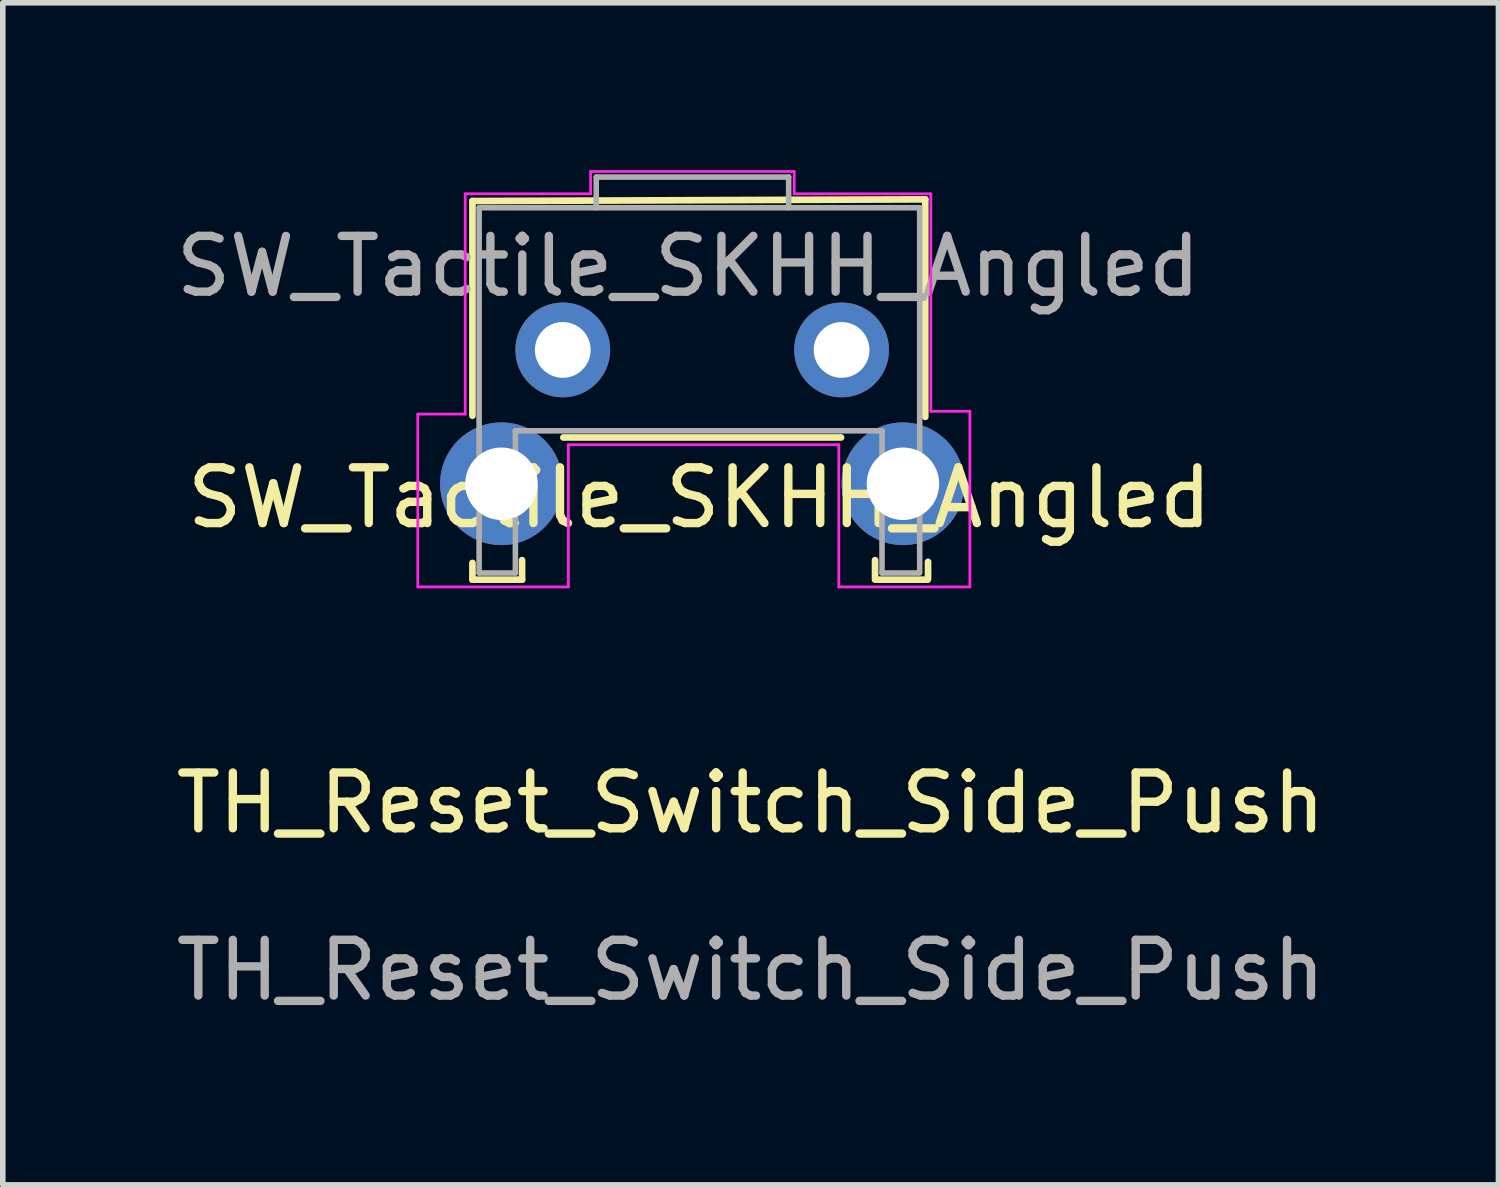
<source format=kicad_pcb>
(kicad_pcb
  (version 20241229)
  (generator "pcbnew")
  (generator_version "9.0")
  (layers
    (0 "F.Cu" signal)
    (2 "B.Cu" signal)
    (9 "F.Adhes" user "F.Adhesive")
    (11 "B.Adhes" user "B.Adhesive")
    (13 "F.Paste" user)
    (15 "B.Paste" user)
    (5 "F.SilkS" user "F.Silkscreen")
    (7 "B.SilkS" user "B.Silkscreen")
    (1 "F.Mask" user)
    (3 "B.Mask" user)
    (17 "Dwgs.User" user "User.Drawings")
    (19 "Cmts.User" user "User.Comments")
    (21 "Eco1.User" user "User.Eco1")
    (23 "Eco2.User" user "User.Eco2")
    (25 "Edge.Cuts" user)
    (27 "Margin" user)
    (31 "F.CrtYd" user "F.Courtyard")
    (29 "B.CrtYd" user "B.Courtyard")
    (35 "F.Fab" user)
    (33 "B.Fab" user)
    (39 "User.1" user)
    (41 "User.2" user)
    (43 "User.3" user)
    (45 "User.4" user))
  (footprint "SW_Tactile_SKHH_Angled"
    (layer "F.Cu")
    (at 7.042 3.225)
    (property "Reference" "SW_Tactile_SKHH_Angled" (at 2.45 2.65 0) (layer "F.SilkS") (effects (font (size 1 1) (thickness 0.15))))
    (attr through_hole)
    (fp_line (start -1.62 -2.67) (end -1.62 1.18) (stroke (width 0.12) (type solid)) (layer "F.SilkS"))
    (fp_line (start -1.62 3.82) (end -1.62 4.12) (stroke (width 0.12) (type solid)) (layer "F.SilkS"))
    (fp_line (start -0.73 4.12) (end -1.62 4.12) (stroke (width 0.12) (type solid)) (layer "F.SilkS"))
    (fp_line (start -0.73 4.12) (end -0.73 3.77) (stroke (width 0.12) (type solid)) (layer "F.SilkS"))
    (fp_line (start 0.01 1.57) (end 4.99 1.57) (stroke (width 0.12) (type solid)) (layer "F.SilkS"))
    (fp_line (start 5.6 4.12) (end 5.6 3.77) (stroke (width 0.12) (type solid)) (layer "F.SilkS"))
    (fp_line (start 6.5 -2.7) (end -1.62 -2.67) (stroke (width 0.12) (type solid)) (layer "F.SilkS"))
    (fp_line (start 6.5 1.2) (end 6.5 -2.7) (stroke (width 0.12) (type solid)) (layer "F.SilkS"))
    (fp_line (start 6.545 4.12) (end 5.655 4.12) (stroke (width 0.12) (type solid)) (layer "F.SilkS"))
    (fp_line (start 6.55 3.8) (end 6.55 4.1) (stroke (width 0.12) (type solid)) (layer "F.SilkS"))
    (fp_line (start -2.6 1.15) (end -1.75 1.15) (stroke (width 0.05) (type solid)) (layer "F.CrtYd"))
    (fp_line (start -2.6 4.25) (end -2.6 1.15) (stroke (width 0.05) (type solid)) (layer "F.CrtYd"))
    (fp_line (start -1.75 1.15) (end -1.75 -2.8) (stroke (width 0.05) (type solid)) (layer "F.CrtYd"))
    (fp_line (start 0.1 1.7) (end 4.95 1.7) (stroke (width 0.05) (type solid)) (layer "F.CrtYd"))
    (fp_line (start 0.1 4.25) (end -2.6 4.25) (stroke (width 0.05) (type solid)) (layer "F.CrtYd"))
    (fp_line (start 0.1 4.25) (end 0.1 1.7) (stroke (width 0.05) (type solid)) (layer "F.CrtYd"))
    (fp_line (start 0.5 -3.2) (end 0.5 -2.8) (stroke (width 0.05) (type solid)) (layer "F.CrtYd"))
    (fp_line (start 0.5 -2.8) (end -1.75 -2.8) (stroke (width 0.05) (type solid)) (layer "F.CrtYd"))
    (fp_line (start 4.15 -3.2) (end 0.5 -3.2) (stroke (width 0.05) (type solid)) (layer "F.CrtYd"))
    (fp_line (start 4.15 -2.8) (end 4.15 -3.2) (stroke (width 0.05) (type solid)) (layer "F.CrtYd"))
    (fp_line (start 4.95 1.7) (end 4.95 4.25) (stroke (width 0.05) (type solid)) (layer "F.CrtYd"))
    (fp_line (start 4.95 4.25) (end 7.3 4.25) (stroke (width 0.05) (type solid)) (layer "F.CrtYd"))
    (fp_line (start 6.6 -2.8) (end 4.15 -2.8) (stroke (width 0.05) (type solid)) (layer "F.CrtYd"))
    (fp_line (start 6.6 1.1) (end 6.6 -2.8) (stroke (width 0.05) (type solid)) (layer "F.CrtYd"))
    (fp_line (start 7.3 1.1) (end 6.6 1.1) (stroke (width 0.05) (type solid)) (layer "F.CrtYd"))
    (fp_line (start 7.3 4.25) (end 7.3 1.1) (stroke (width 0.05) (type solid)) (layer "F.CrtYd"))
    (fp_line (start -1.5 4) (end -1.5 -2.55) (stroke (width 0.1) (type solid)) (layer "F.Fab"))
    (fp_line (start -0.85 1.45) (end -0.85 4) (stroke (width 0.1) (type solid)) (layer "F.Fab"))
    (fp_line (start -0.85 4) (end -1.5 4) (stroke (width 0.1) (type solid)) (layer "F.Fab"))
    (fp_line (start 0.6 -3.1) (end 4.05 -3.1) (stroke (width 0.1) (type solid)) (layer "F.Fab"))
    (fp_line (start 0.6 -2.55) (end 0.6 -3.1) (stroke (width 0.1) (type solid)) (layer "F.Fab"))
    (fp_line (start 4.05 -2.55) (end 4.05 -3.1) (stroke (width 0.1) (type solid)) (layer "F.Fab"))
    (fp_line (start 5.725 1.45) (end -0.85 1.45) (stroke (width 0.1) (type solid)) (layer "F.Fab"))
    (fp_line (start 5.725 1.45) (end 5.725 4) (stroke (width 0.1) (type solid)) (layer "F.Fab"))
    (fp_line (start 6.375 4) (end 5.725 4) (stroke (width 0.1) (type solid)) (layer "F.Fab"))
    (fp_line (start 6.4 -2.55) (end -1.5 -2.55) (stroke (width 0.1) (type solid)) (layer "F.Fab"))
    (fp_line (start 6.4 -2.55) (end 6.4 4) (stroke (width 0.1) (type solid)) (layer "F.Fab"))
    (fp_text user "${REFERENCE}" (at 2.25 -1.5 0) (layer "F.Fab") (effects (font (size 1 1) (thickness 0.15))))
    (pad "" thru_hole circle (at -1.1 2.4 180) (size 2.2 2.2) (drill 1.3) (layers "*.Cu" "*.Mask"))
    (pad "" thru_hole circle (at 6.1 2.4 180) (size 2.2 2.2) (drill 1.3) (layers "*.Cu" "*.Mask"))
    (pad "1" thru_hole circle (at 0 0 180) (size 1.7 1.7) (drill 1) (layers "*.Cu" "*.Mask"))
    (pad "2" thru_hole circle (at 5 0 180) (size 1.7 1.7) (drill 1) (layers "*.Cu" "*.Mask")))
  (footprint "TH_Reset_Switch_Side_Push"
    (layer "F.Cu")
    (at 10.411 11.848)
    (property "Reference" "TH_Reset_Switch_Side_Push" (at 0 -0.5 0) (unlocked yes) (layer "F.SilkS") (effects (font (size 1 1) (thickness 0.15))))
    (attr through_hole)
    (fp_text user "${REFERENCE}" (at 0 2.5 0) (unlocked yes) (layer "F.Fab") (effects (font (size 1 1) (thickness 0.15)))))
  (gr_rect
    (start -3 -3)
    (end 23.821 18.197)
    (stroke (width 0.1) (type default))
    (fill no)
    (layer "Edge.Cuts")))
</source>
